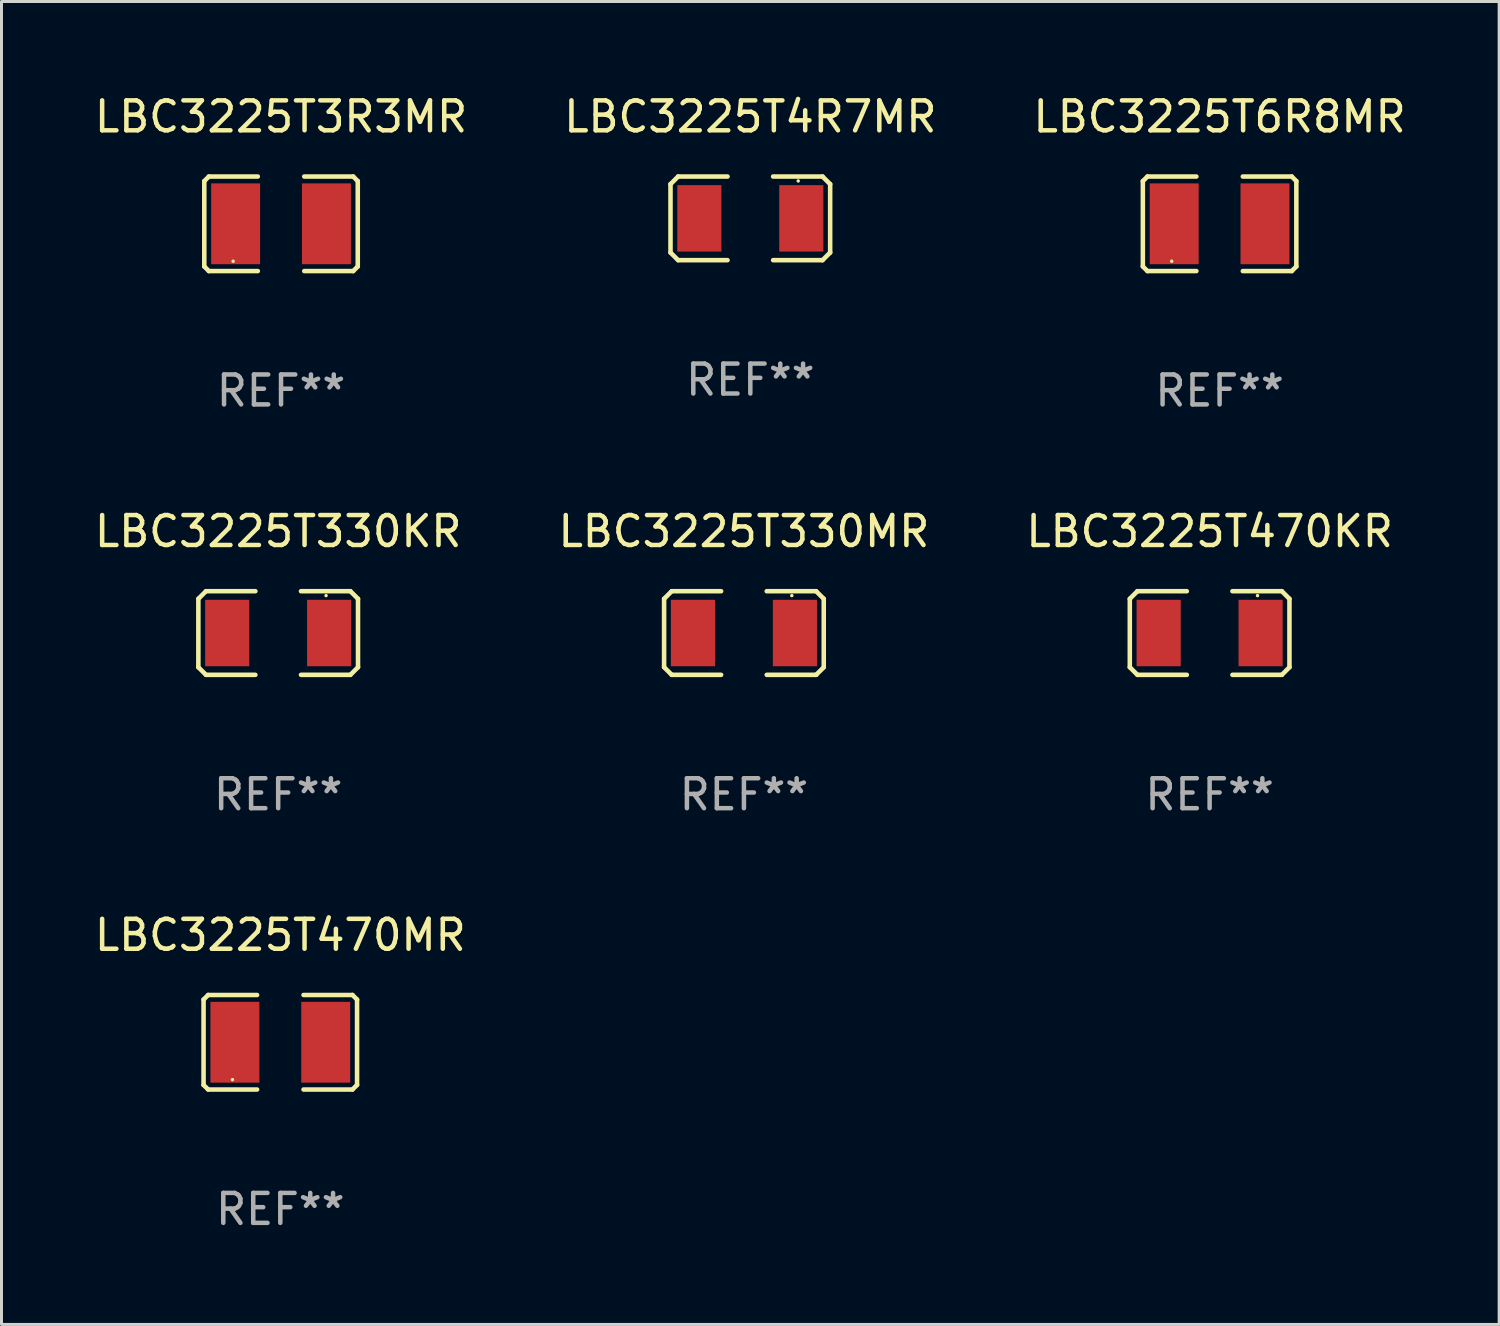
<source format=kicad_pcb>
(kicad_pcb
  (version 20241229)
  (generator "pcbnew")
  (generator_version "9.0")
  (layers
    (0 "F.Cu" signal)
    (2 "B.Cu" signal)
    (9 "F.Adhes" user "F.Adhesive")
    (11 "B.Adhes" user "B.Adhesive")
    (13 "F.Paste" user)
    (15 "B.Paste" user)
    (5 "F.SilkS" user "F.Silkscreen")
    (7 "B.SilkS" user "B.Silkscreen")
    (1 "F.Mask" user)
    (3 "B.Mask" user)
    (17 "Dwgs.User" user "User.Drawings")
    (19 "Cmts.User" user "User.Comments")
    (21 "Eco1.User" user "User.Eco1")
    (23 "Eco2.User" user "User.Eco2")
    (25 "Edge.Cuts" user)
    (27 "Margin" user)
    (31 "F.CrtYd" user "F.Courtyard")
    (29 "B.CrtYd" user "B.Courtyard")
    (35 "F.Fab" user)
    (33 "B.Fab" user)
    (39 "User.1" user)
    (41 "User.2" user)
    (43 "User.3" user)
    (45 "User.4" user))
  (footprint "LBC3225T4R7MR"
    (layer "F.Cu")
    (at 22.018 4.245)
    (property "Reference" "LBC3225T4R7MR" (at 0 -3.397 0) (layer "F.SilkS") (effects (font (size 1 1) (thickness 0.15))))
    (attr through_hole)
    (fp_line (start -2.667 -1.143) (end -2.413 -1.397) (stroke (width 0.152) (type solid)) (layer "F.SilkS"))
    (fp_line (start -2.667 1.143) (end -2.667 -1.143) (stroke (width 0.152) (type solid)) (layer "F.SilkS"))
    (fp_line (start -2.413 -1.397) (end -0.762 -1.397) (stroke (width 0.152) (type solid)) (layer "F.SilkS"))
    (fp_line (start -2.413 1.397) (end -2.667 1.143) (stroke (width 0.152) (type solid)) (layer "F.SilkS"))
    (fp_line (start -0.762 1.397) (end -2.413 1.397) (stroke (width 0.152) (type solid)) (layer "F.SilkS"))
    (fp_line (start 0.762 -1.397) (end 2.413 -1.397) (stroke (width 0.152) (type solid)) (layer "F.SilkS"))
    (fp_line (start 2.413 -1.397) (end 2.667 -1.143) (stroke (width 0.152) (type solid)) (layer "F.SilkS"))
    (fp_line (start 2.413 1.397) (end 0.762 1.397) (stroke (width 0.152) (type solid)) (layer "F.SilkS"))
    (fp_line (start 2.667 -1.143) (end 2.667 1.143) (stroke (width 0.152) (type solid)) (layer "F.SilkS"))
    (fp_line (start 2.667 1.143) (end 2.413 1.397) (stroke (width 0.152) (type solid)) (layer "F.SilkS"))
    (fp_circle (center 1.6 -1.25) (end 1.63 -1.25) (stroke (width 0.06) (type solid)) (fill no) (layer "F.SilkS"))
    (fp_text user "REF**" (at 0 5.397 0) (layer "F.Fab") (effects (font (size 1 1) (thickness 0.15))))
    (pad "1" smd rect (at 1.703 0) (size 1.474 2.22) (layers "F.Cu" "F.Mask" "F.Paste"))
    (pad "2" smd rect (at -1.703 0) (size 1.474 2.22) (layers "F.Cu" "F.Mask" "F.Paste")))
  (footprint "LBC3225T470KR"
    (layer "F.Cu")
    (at 37.363 18.099)
    (property "Reference" "LBC3225T470KR" (at 0 -3.397 0) (layer "F.SilkS") (effects (font (size 1 1) (thickness 0.15))))
    (attr through_hole)
    (fp_line (start -2.667 -1.143) (end -2.413 -1.397) (stroke (width 0.152) (type solid)) (layer "F.SilkS"))
    (fp_line (start -2.667 1.143) (end -2.667 -1.143) (stroke (width 0.152) (type solid)) (layer "F.SilkS"))
    (fp_line (start -2.413 -1.397) (end -0.762 -1.397) (stroke (width 0.152) (type solid)) (layer "F.SilkS"))
    (fp_line (start -2.413 1.397) (end -2.667 1.143) (stroke (width 0.152) (type solid)) (layer "F.SilkS"))
    (fp_line (start -0.762 1.397) (end -2.413 1.397) (stroke (width 0.152) (type solid)) (layer "F.SilkS"))
    (fp_line (start 0.762 -1.397) (end 2.413 -1.397) (stroke (width 0.152) (type solid)) (layer "F.SilkS"))
    (fp_line (start 2.413 -1.397) (end 2.667 -1.143) (stroke (width 0.152) (type solid)) (layer "F.SilkS"))
    (fp_line (start 2.413 1.397) (end 0.762 1.397) (stroke (width 0.152) (type solid)) (layer "F.SilkS"))
    (fp_line (start 2.667 -1.143) (end 2.667 1.143) (stroke (width 0.152) (type solid)) (layer "F.SilkS"))
    (fp_line (start 2.667 1.143) (end 2.413 1.397) (stroke (width 0.152) (type solid)) (layer "F.SilkS"))
    (fp_circle (center 1.6 -1.25) (end 1.63 -1.25) (stroke (width 0.06) (type solid)) (fill no) (layer "F.SilkS"))
    (fp_text user "REF**" (at 0 5.397 0) (layer "F.Fab") (effects (font (size 1 1) (thickness 0.15))))
    (pad "1" smd rect (at 1.703 0) (size 1.474 2.22) (layers "F.Cu" "F.Mask" "F.Paste"))
    (pad "2" smd rect (at -1.703 0) (size 1.474 2.22) (layers "F.Cu" "F.Mask" "F.Paste")))
  (footprint "LBC3225T330KR"
    (layer "F.Cu")
    (at 6.244 18.099)
    (property "Reference" "LBC3225T330KR" (at 0 -3.397 0) (layer "F.SilkS") (effects (font (size 1 1) (thickness 0.15))))
    (attr through_hole)
    (fp_line (start -2.667 -1.143) (end -2.413 -1.397) (stroke (width 0.152) (type solid)) (layer "F.SilkS"))
    (fp_line (start -2.667 1.143) (end -2.667 -1.143) (stroke (width 0.152) (type solid)) (layer "F.SilkS"))
    (fp_line (start -2.413 -1.397) (end -0.762 -1.397) (stroke (width 0.152) (type solid)) (layer "F.SilkS"))
    (fp_line (start -2.413 1.397) (end -2.667 1.143) (stroke (width 0.152) (type solid)) (layer "F.SilkS"))
    (fp_line (start -0.762 1.397) (end -2.413 1.397) (stroke (width 0.152) (type solid)) (layer "F.SilkS"))
    (fp_line (start 0.762 -1.397) (end 2.413 -1.397) (stroke (width 0.152) (type solid)) (layer "F.SilkS"))
    (fp_line (start 2.413 -1.397) (end 2.667 -1.143) (stroke (width 0.152) (type solid)) (layer "F.SilkS"))
    (fp_line (start 2.413 1.397) (end 0.762 1.397) (stroke (width 0.152) (type solid)) (layer "F.SilkS"))
    (fp_line (start 2.667 -1.143) (end 2.667 1.143) (stroke (width 0.152) (type solid)) (layer "F.SilkS"))
    (fp_line (start 2.667 1.143) (end 2.413 1.397) (stroke (width 0.152) (type solid)) (layer "F.SilkS"))
    (fp_circle (center 1.6 -1.25) (end 1.63 -1.25) (stroke (width 0.06) (type solid)) (fill no) (layer "F.SilkS"))
    (fp_text user "REF**" (at 0 5.397 0) (layer "F.Fab") (effects (font (size 1 1) (thickness 0.15))))
    (pad "1" smd rect (at 1.703 0) (size 1.474 2.22) (layers "F.Cu" "F.Mask" "F.Paste"))
    (pad "2" smd rect (at -1.703 0) (size 1.474 2.22) (layers "F.Cu" "F.Mask" "F.Paste")))
  (footprint "LBC3225T6R8MR"
    (layer "F.Cu")
    (at 37.696 4.427)
    (property "Reference" "LBC3225T6R8MR" (at 0 -3.579 0) (layer "F.SilkS") (effects (font (size 1 1) (thickness 0.15))))
    (attr through_hole)
    (fp_line (start -2.564 -1.426) (end -2.564 1.426) (stroke (width 0.152) (type solid)) (layer "F.SilkS"))
    (fp_line (start -2.564 1.426) (end -2.411 1.579) (stroke (width 0.152) (type solid)) (layer "F.SilkS"))
    (fp_line (start -2.411 -1.579) (end -2.564 -1.426) (stroke (width 0.152) (type solid)) (layer "F.SilkS"))
    (fp_line (start -2.411 1.579) (end -0.776 1.579) (stroke (width 0.152) (type solid)) (layer "F.SilkS"))
    (fp_line (start -0.776 -1.579) (end -2.411 -1.579) (stroke (width 0.152) (type solid)) (layer "F.SilkS"))
    (fp_line (start 0.776 -1.579) (end 2.411 -1.579) (stroke (width 0.152) (type solid)) (layer "F.SilkS"))
    (fp_line (start 2.411 -1.579) (end 2.564 -1.426) (stroke (width 0.152) (type solid)) (layer "F.SilkS"))
    (fp_line (start 2.411 1.579) (end 0.776 1.579) (stroke (width 0.152) (type solid)) (layer "F.SilkS"))
    (fp_line (start 2.564 -1.426) (end 2.564 1.426) (stroke (width 0.152) (type solid)) (layer "F.SilkS"))
    (fp_line (start 2.564 1.426) (end 2.411 1.579) (stroke (width 0.152) (type solid)) (layer "F.SilkS"))
    (fp_circle (center -1.6 1.25) (end -1.57 1.25) (stroke (width 0.06) (type solid)) (fill no) (layer "F.SilkS"))
    (fp_text user "REF**" (at 0 5.579 0) (layer "F.Fab") (effects (font (size 1 1) (thickness 0.15))))
    (pad "1" smd rect (at -1.517 -0.000013) (size 1.635 2.7) (layers "F.Cu" "F.Mask" "F.Paste"))
    (pad "2" smd rect (at 1.517 -0.000013) (size 1.635 2.7) (layers "F.Cu" "F.Mask" "F.Paste")))
  (footprint "LBC3225T330MR"
    (layer "F.Cu")
    (at 21.804 18.099)
    (property "Reference" "LBC3225T330MR" (at 0 -3.397 0) (layer "F.SilkS") (effects (font (size 1 1) (thickness 0.15))))
    (attr through_hole)
    (fp_line (start -2.667 -1.143) (end -2.413 -1.397) (stroke (width 0.152) (type solid)) (layer "F.SilkS"))
    (fp_line (start -2.667 1.143) (end -2.667 -1.143) (stroke (width 0.152) (type solid)) (layer "F.SilkS"))
    (fp_line (start -2.413 -1.397) (end -0.762 -1.397) (stroke (width 0.152) (type solid)) (layer "F.SilkS"))
    (fp_line (start -2.413 1.397) (end -2.667 1.143) (stroke (width 0.152) (type solid)) (layer "F.SilkS"))
    (fp_line (start -0.762 1.397) (end -2.413 1.397) (stroke (width 0.152) (type solid)) (layer "F.SilkS"))
    (fp_line (start 0.762 -1.397) (end 2.413 -1.397) (stroke (width 0.152) (type solid)) (layer "F.SilkS"))
    (fp_line (start 2.413 -1.397) (end 2.667 -1.143) (stroke (width 0.152) (type solid)) (layer "F.SilkS"))
    (fp_line (start 2.413 1.397) (end 0.762 1.397) (stroke (width 0.152) (type solid)) (layer "F.SilkS"))
    (fp_line (start 2.667 -1.143) (end 2.667 1.143) (stroke (width 0.152) (type solid)) (layer "F.SilkS"))
    (fp_line (start 2.667 1.143) (end 2.413 1.397) (stroke (width 0.152) (type solid)) (layer "F.SilkS"))
    (fp_circle (center 1.6 -1.25) (end 1.63 -1.25) (stroke (width 0.06) (type solid)) (fill no) (layer "F.SilkS"))
    (fp_text user "REF**" (at 0 5.397 0) (layer "F.Fab") (effects (font (size 1 1) (thickness 0.15))))
    (pad "1" smd rect (at 1.703 0) (size 1.474 2.22) (layers "F.Cu" "F.Mask" "F.Paste"))
    (pad "2" smd rect (at -1.703 0) (size 1.474 2.22) (layers "F.Cu" "F.Mask" "F.Paste")))
  (footprint "LBC3225T470MR"
    (layer "F.Cu")
    (at 6.315 31.771)
    (property "Reference" "LBC3225T470MR" (at 0 -3.579 0) (layer "F.SilkS") (effects (font (size 1 1) (thickness 0.15))))
    (attr through_hole)
    (fp_line (start -2.564 -1.426) (end -2.564 1.426) (stroke (width 0.152) (type solid)) (layer "F.SilkS"))
    (fp_line (start -2.564 1.426) (end -2.411 1.579) (stroke (width 0.152) (type solid)) (layer "F.SilkS"))
    (fp_line (start -2.411 -1.579) (end -2.564 -1.426) (stroke (width 0.152) (type solid)) (layer "F.SilkS"))
    (fp_line (start -2.411 1.579) (end -0.776 1.579) (stroke (width 0.152) (type solid)) (layer "F.SilkS"))
    (fp_line (start -0.776 -1.579) (end -2.411 -1.579) (stroke (width 0.152) (type solid)) (layer "F.SilkS"))
    (fp_line (start 0.776 -1.579) (end 2.411 -1.579) (stroke (width 0.152) (type solid)) (layer "F.SilkS"))
    (fp_line (start 2.411 -1.579) (end 2.564 -1.426) (stroke (width 0.152) (type solid)) (layer "F.SilkS"))
    (fp_line (start 2.411 1.579) (end 0.776 1.579) (stroke (width 0.152) (type solid)) (layer "F.SilkS"))
    (fp_line (start 2.564 -1.426) (end 2.564 1.426) (stroke (width 0.152) (type solid)) (layer "F.SilkS"))
    (fp_line (start 2.564 1.426) (end 2.411 1.579) (stroke (width 0.152) (type solid)) (layer "F.SilkS"))
    (fp_circle (center -1.6 1.25) (end -1.57 1.25) (stroke (width 0.06) (type solid)) (fill no) (layer "F.SilkS"))
    (fp_text user "REF**" (at 0 5.579 0) (layer "F.Fab") (effects (font (size 1 1) (thickness 0.15))))
    (pad "1" smd rect (at -1.517 -0.000013) (size 1.635 2.7) (layers "F.Cu" "F.Mask" "F.Paste"))
    (pad "2" smd rect (at 1.517 -0.000013) (size 1.635 2.7) (layers "F.Cu" "F.Mask" "F.Paste")))
  (footprint "LBC3225T3R3MR"
    (layer "F.Cu")
    (at 6.339 4.427)
    (property "Reference" "LBC3225T3R3MR" (at 0 -3.579 0) (layer "F.SilkS") (effects (font (size 1 1) (thickness 0.15))))
    (attr through_hole)
    (fp_line (start -2.564 -1.426) (end -2.564 1.426) (stroke (width 0.152) (type solid)) (layer "F.SilkS"))
    (fp_line (start -2.564 1.426) (end -2.411 1.579) (stroke (width 0.152) (type solid)) (layer "F.SilkS"))
    (fp_line (start -2.411 -1.579) (end -2.564 -1.426) (stroke (width 0.152) (type solid)) (layer "F.SilkS"))
    (fp_line (start -2.411 1.579) (end -0.776 1.579) (stroke (width 0.152) (type solid)) (layer "F.SilkS"))
    (fp_line (start -0.776 -1.579) (end -2.411 -1.579) (stroke (width 0.152) (type solid)) (layer "F.SilkS"))
    (fp_line (start 0.776 -1.579) (end 2.411 -1.579) (stroke (width 0.152) (type solid)) (layer "F.SilkS"))
    (fp_line (start 2.411 -1.579) (end 2.564 -1.426) (stroke (width 0.152) (type solid)) (layer "F.SilkS"))
    (fp_line (start 2.411 1.579) (end 0.776 1.579) (stroke (width 0.152) (type solid)) (layer "F.SilkS"))
    (fp_line (start 2.564 -1.426) (end 2.564 1.426) (stroke (width 0.152) (type solid)) (layer "F.SilkS"))
    (fp_line (start 2.564 1.426) (end 2.411 1.579) (stroke (width 0.152) (type solid)) (layer "F.SilkS"))
    (fp_circle (center -1.6 1.25) (end -1.57 1.25) (stroke (width 0.06) (type solid)) (fill no) (layer "F.SilkS"))
    (fp_text user "REF**" (at 0 5.579 0) (layer "F.Fab") (effects (font (size 1 1) (thickness 0.15))))
    (pad "1" smd rect (at -1.517 -0.000013) (size 1.635 2.7) (layers "F.Cu" "F.Mask" "F.Paste"))
    (pad "2" smd rect (at 1.517 -0.000013) (size 1.635 2.7) (layers "F.Cu" "F.Mask" "F.Paste")))
  (gr_rect
    (start -3 -3)
    (end 47.036 41.198)
    (stroke (width 0.1) (type default))
    (fill no)
    (layer "Edge.Cuts")))
</source>
